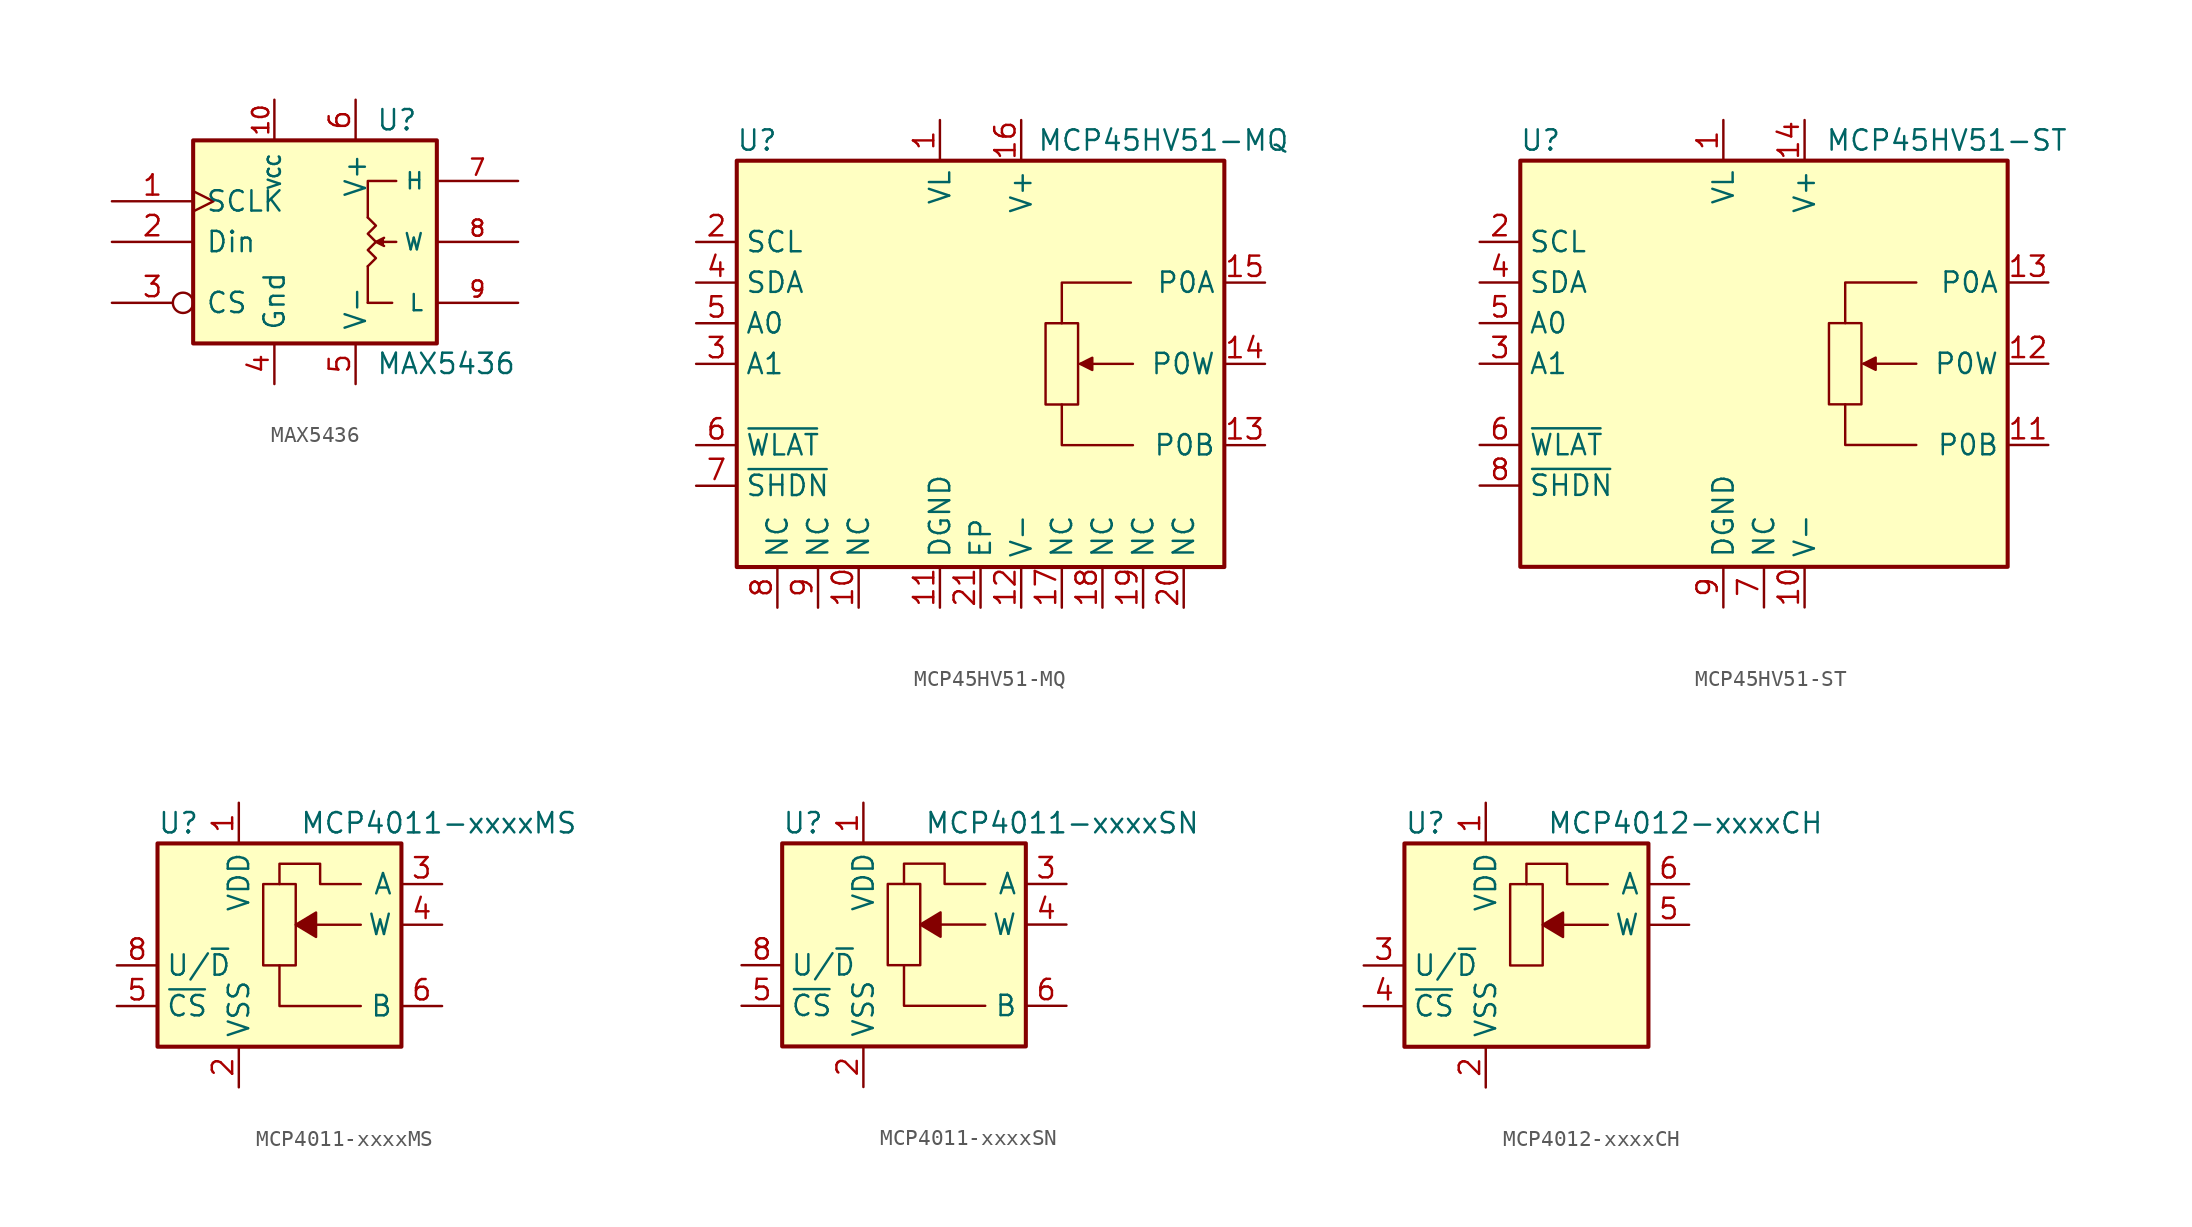
<source format=kicad_sym>
(kicad_symbol_lib
  (version 20220914)
  (generator kicad_symbol_editor)
  (symbol "MAX5436"
    (pin_names
      (offset 0.762))
    (property "Reference" "U"
      (at 3.81 7.62 0)
      (effects (font (size 1.27 1.27)) (justify left)))
    (property "Value" "MAX5436"
      (at 3.81 -7.62 0)
      (effects (font (size 1.27 1.27)) (justify left)))
    (symbol "MAX5436_0_1"
      (rectangle (start -7.62 6.35) (end 7.62 -6.35) (stroke (width 0.254) (type default)) (fill (type background)))
      (polyline (pts (xy 3.302 -1.524) (xy 3.302 -3.81)) (stroke (width 0) (type default)) (fill (type none)))
      (polyline (pts (xy 4.826 -3.81) (xy 3.302 -3.81)) (stroke (width 0) (type default)) (fill (type none)))
      (polyline (pts (xy 5.08 0) (xy 4.318 0)) (stroke (width 0) (type default)) (fill (type none)))
      (polyline (pts (xy 3.302 1.524) (xy 3.302 3.81) (xy 5.08 3.81)) (stroke (width 0) (type default)) (fill (type none)))
      (polyline (pts (xy 4.318 -0.254) (xy 3.81 0) (xy 4.318 0.254)) (stroke (width 0) (type default)) (fill (type outline)))
      (polyline (pts (xy 3.81 0) (xy 3.302 0.508) (xy 3.81 1.016) (xy 3.302 1.524)) (stroke (width 0) (type default)) (fill (type none)))
      (polyline (pts (xy 3.81 0) (xy 3.302 -0.508) (xy 3.81 -1.016) (xy 3.302 -1.524) (xy 3.302 -1.524)) (stroke (width 0) (type default)) (fill (type none))))
    (symbol "MAX5436_1_1"
      (pin input clock (at -12.7 2.54 0) (length 5.08) (name "SCLK" (effects (font (size 1.27 1.27)))) (number "1" (effects (font (size 1.27 1.27)))))
      (pin power_in line (at -2.54 8.89 270) (length 2.54) (name "VCC" (effects (font (size 0.762 0.762)))) (number "10" (effects (font (size 1.016 1.016)))))
      (pin input line (at -12.7 0 0) (length 5.08) (name "Din" (effects (font (size 1.27 1.27)))) (number "2" (effects (font (size 1.27 1.27)))))
      (pin input inverted (at -12.7 -3.81 0) (length 5.08) (name "CS" (effects (font (size 1.27 1.27)))) (number "3" (effects (font (size 1.27 1.27)))))
      (pin power_in line (at -2.54 -8.89 90) (length 2.54) (name "Gnd" (effects (font (size 1.27 1.27)))) (number "4" (effects (font (size 1.27 1.27)))))
      (pin power_in line (at 2.54 -8.89 90) (length 2.54) (name "V-" (effects (font (size 1.27 1.27)))) (number "5" (effects (font (size 1.27 1.27)))))
      (pin power_in line (at 2.54 8.89 270) (length 2.54) (name "V+" (effects (font (size 1.27 1.27)))) (number "6" (effects (font (size 1.27 1.27)))))
      (pin passive line (at 12.7 3.81 180) (length 5.08) (name "H" (effects (font (size 1.016 1.016)))) (number "7" (effects (font (size 1.016 1.016)))))
      (pin passive line (at 12.7 0 180) (length 5.08) (name "W" (effects (font (size 1.016 1.016)))) (number "8" (effects (font (size 1.016 1.016)))))
      (pin passive line (at 12.7 -3.81 180) (length 5.08) (name "L" (effects (font (size 1.016 1.016)))) (number "9" (effects (font (size 1.016 1.016)))))))
  (symbol "MCP45HV51-MQ"
    (property "Reference" "U"
      (at -13.97 13.97 0)
      (effects (font (size 1.27 1.27))))
    (property "Value" "MCP45HV51-MQ"
      (at 11.43 13.97 0)
      (effects (font (size 1.27 1.27))))
    (symbol "MCP45HV51-MQ_0_1"
      (polyline (pts (xy 9.525 0) (xy 6.223 0)) (stroke (width 0) (type default)) (fill (type none)))
      (polyline (pts (xy 5.08 -2.54) (xy 5.08 -5.08) (xy 9.525 -5.08)) (stroke (width 0) (type default)) (fill (type none)))
      (polyline (pts (xy 5.08 2.54) (xy 5.08 5.08) (xy 9.398 5.08)) (stroke (width 0) (type default)) (fill (type none)))
      (polyline (pts (xy 6.223 0) (xy 6.985 0.381) (xy 6.985 -0.381) (xy 6.223 0)) (stroke (width 0) (type default)) (fill (type outline)))
      (rectangle (start 6.096 2.54) (end 4.064 -2.54) (stroke (width 0) (type default)) (fill (type none))))
    (symbol "MCP45HV51-MQ_1_1"
      (rectangle (start -15.24 12.7) (end 15.24 -12.7) (stroke (width 0.254) (type default)) (fill (type background)))
      (pin power_in line (at -2.54 15.24 270) (length 2.54) (name "VL" (effects (font (size 1.27 1.27)))) (number "1" (effects (font (size 1.27 1.27)))))
      (pin passive line (at -7.62 -15.24 90) (length 2.54) (name "NC" (effects (font (size 1.27 1.27)))) (number "10" (effects (font (size 1.27 1.27)))))
      (pin power_in line (at -2.54 -15.24 90) (length 2.54) (name "DGND" (effects (font (size 1.27 1.27)))) (number "11" (effects (font (size 1.27 1.27)))))
      (pin power_in line (at 2.54 -15.24 90) (length 2.54) (name "V-" (effects (font (size 1.27 1.27)))) (number "12" (effects (font (size 1.27 1.27)))))
      (pin passive line (at 17.78 -5.08 180) (length 2.54) (name "P0B" (effects (font (size 1.27 1.27)))) (number "13" (effects (font (size 1.27 1.27)))))
      (pin passive line (at 17.78 0 180) (length 2.54) (name "P0W" (effects (font (size 1.27 1.27)))) (number "14" (effects (font (size 1.27 1.27)))))
      (pin passive line (at 17.78 5.08 180) (length 2.54) (name "P0A" (effects (font (size 1.27 1.27)))) (number "15" (effects (font (size 1.27 1.27)))))
      (pin power_in line (at 2.54 15.24 270) (length 2.54) (name "V+" (effects (font (size 1.27 1.27)))) (number "16" (effects (font (size 1.27 1.27)))))
      (pin passive line (at 5.08 -15.24 90) (length 2.54) (name "NC" (effects (font (size 1.27 1.27)))) (number "17" (effects (font (size 1.27 1.27)))))
      (pin passive line (at 7.62 -15.24 90) (length 2.54) (name "NC" (effects (font (size 1.27 1.27)))) (number "18" (effects (font (size 1.27 1.27)))))
      (pin passive line (at 10.16 -15.24 90) (length 2.54) (name "NC" (effects (font (size 1.27 1.27)))) (number "19" (effects (font (size 1.27 1.27)))))
      (pin input line (at -17.78 7.62 0) (length 2.54) (name "SCL" (effects (font (size 1.27 1.27)))) (number "2" (effects (font (size 1.27 1.27)))))
      (pin passive line (at 12.7 -15.24 90) (length 2.54) (name "NC" (effects (font (size 1.27 1.27)))) (number "20" (effects (font (size 1.27 1.27)))))
      (pin power_in line (at 0 -15.24 90) (length 2.54) (name "EP" (effects (font (size 1.27 1.27)))) (number "21" (effects (font (size 1.27 1.27)))))
      (pin input line (at -17.78 0 0) (length 2.54) (name "A1" (effects (font (size 1.27 1.27)))) (number "3" (effects (font (size 1.27 1.27)))))
      (pin bidirectional line (at -17.78 5.08 0) (length 2.54) (name "SDA" (effects (font (size 1.27 1.27)))) (number "4" (effects (font (size 1.27 1.27)))))
      (pin input line (at -17.78 2.54 0) (length 2.54) (name "A0" (effects (font (size 1.27 1.27)))) (number "5" (effects (font (size 1.27 1.27)))))
      (pin input line (at -17.78 -5.08 0) (length 2.54) (name "~{WLAT}" (effects (font (size 1.27 1.27)))) (number "6" (effects (font (size 1.27 1.27)))))
      (pin input line (at -17.78 -7.62 0) (length 2.54) (name "~{SHDN}" (effects (font (size 1.27 1.27)))) (number "7" (effects (font (size 1.27 1.27)))))
      (pin passive line (at -12.7 -15.24 90) (length 2.54) (name "NC" (effects (font (size 1.27 1.27)))) (number "8" (effects (font (size 1.27 1.27)))))
      (pin passive line (at -10.16 -15.24 90) (length 2.54) (name "NC" (effects (font (size 1.27 1.27)))) (number "9" (effects (font (size 1.27 1.27)))))))
  (symbol "MCP45HV51-ST"
    (property "Reference" "U"
      (at -13.97 13.97 0)
      (effects (font (size 1.27 1.27))))
    (property "Value" "MCP45HV51-ST"
      (at 11.43 13.97 0)
      (effects (font (size 1.27 1.27))))
    (symbol "MCP45HV51-ST_0_1"
      (polyline (pts (xy 9.525 0) (xy 6.223 0)) (stroke (width 0) (type default)) (fill (type none)))
      (polyline (pts (xy 5.08 -2.54) (xy 5.08 -5.08) (xy 9.525 -5.08)) (stroke (width 0) (type default)) (fill (type none)))
      (polyline (pts (xy 5.08 2.54) (xy 5.08 5.08) (xy 9.525 5.08)) (stroke (width 0) (type default)) (fill (type none)))
      (polyline (pts (xy 6.223 0) (xy 6.985 0.381) (xy 6.985 -0.381) (xy 6.223 0)) (stroke (width 0) (type default)) (fill (type outline)))
      (polyline (pts (xy 6.096 2.54) (xy 4.064 2.54) (xy 4.064 -2.54) (xy 6.096 -2.54) (xy 6.096 2.54)) (stroke (width 0) (type default)) (fill (type none))))
    (symbol "MCP45HV51-ST_1_1"
      (rectangle (start -15.24 12.7) (end 15.24 -12.7) (stroke (width 0.254) (type default)) (fill (type background)))
      (pin power_in line (at -2.54 15.24 270) (length 2.54) (name "VL" (effects (font (size 1.27 1.27)))) (number "1" (effects (font (size 1.27 1.27)))))
      (pin power_in line (at 2.54 -15.24 90) (length 2.54) (name "V-" (effects (font (size 1.27 1.27)))) (number "10" (effects (font (size 1.27 1.27)))))
      (pin passive line (at 17.78 -5.08 180) (length 2.54) (name "P0B" (effects (font (size 1.27 1.27)))) (number "11" (effects (font (size 1.27 1.27)))))
      (pin passive line (at 17.78 0 180) (length 2.54) (name "P0W" (effects (font (size 1.27 1.27)))) (number "12" (effects (font (size 1.27 1.27)))))
      (pin passive line (at 17.78 5.08 180) (length 2.54) (name "P0A" (effects (font (size 1.27 1.27)))) (number "13" (effects (font (size 1.27 1.27)))))
      (pin power_in line (at 2.54 15.24 270) (length 2.54) (name "V+" (effects (font (size 1.27 1.27)))) (number "14" (effects (font (size 1.27 1.27)))))
      (pin input line (at -17.78 7.62 0) (length 2.54) (name "SCL" (effects (font (size 1.27 1.27)))) (number "2" (effects (font (size 1.27 1.27)))))
      (pin input line (at -17.78 0 0) (length 2.54) (name "A1" (effects (font (size 1.27 1.27)))) (number "3" (effects (font (size 1.27 1.27)))))
      (pin bidirectional line (at -17.78 5.08 0) (length 2.54) (name "SDA" (effects (font (size 1.27 1.27)))) (number "4" (effects (font (size 1.27 1.27)))))
      (pin input line (at -17.78 2.54 0) (length 2.54) (name "A0" (effects (font (size 1.27 1.27)))) (number "5" (effects (font (size 1.27 1.27)))))
      (pin input line (at -17.78 -5.08 0) (length 2.54) (name "~{WLAT}" (effects (font (size 1.27 1.27)))) (number "6" (effects (font (size 1.27 1.27)))))
      (pin passive line (at 0 -15.24 90) (length 2.54) (name "NC" (effects (font (size 1.27 1.27)))) (number "7" (effects (font (size 1.27 1.27)))))
      (pin input line (at -17.78 -7.62 0) (length 2.54) (name "~{SHDN}" (effects (font (size 1.27 1.27)))) (number "8" (effects (font (size 1.27 1.27)))))
      (pin power_in line (at -2.54 -15.24 90) (length 2.54) (name "DGND" (effects (font (size 1.27 1.27)))) (number "9" (effects (font (size 1.27 1.27)))))))
  (symbol "MCP4011-xxxxMS"
    (property "Reference" "U"
      (at -7.62 8.89 0)
      (effects (font (size 1.27 1.27)) (justify left)))
    (property "Value" "MCP4011-xxxxMS"
      (at 1.27 8.89 0)
      (effects (font (size 1.27 1.27)) (justify left)))
    (symbol "MCP4011-xxxxMS_0_1"
      (polyline (pts (xy 0 0) (xy 0 -2.54) (xy 5.08 -2.54)) (stroke (width 0) (type default)) (fill (type none)))
      (polyline (pts (xy 5.08 2.54) (xy 3.81 2.54) (xy 1.27 2.54)) (stroke (width 0) (type default)) (fill (type none)))
      (polyline (pts (xy 5.08 5.08) (xy 2.54 5.08) (xy 2.54 6.35) (xy 0 6.35) (xy 0 5.08)) (stroke (width 0) (type default)) (fill (type none))))
    (symbol "MCP4011-xxxxMS_1_1"
      (rectangle (start -7.62 7.62) (end 7.62 -5.08) (stroke (width 0.254) (type default)) (fill (type background)))
      (polyline (pts (xy 2.286 1.778) (xy 2.286 3.302) (xy 1.016 2.54) (xy 2.286 1.778)) (stroke (width 0) (type default)) (fill (type outline)))
      (rectangle (start 1.016 0) (end -1.016 5.08) (stroke (width 0) (type default)) (fill (type none)))
      (pin power_in line (at -2.54 10.16 270) (length 2.54) (name "VDD" (effects (font (size 1.27 1.27)))) (number "1" (effects (font (size 1.27 1.27)))))
      (pin power_in line (at -2.54 -7.62 90) (length 2.54) (name "VSS" (effects (font (size 1.27 1.27)))) (number "2" (effects (font (size 1.27 1.27)))))
      (pin passive line (at 10.16 5.08 180) (length 2.54) (name "A" (effects (font (size 1.27 1.27)))) (number "3" (effects (font (size 1.27 1.27)))))
      (pin passive line (at 10.16 2.54 180) (length 2.54) (name "W" (effects (font (size 1.27 1.27)))) (number "4" (effects (font (size 1.27 1.27)))))
      (pin input line (at -10.16 -2.54 0) (length 2.54) (name "~{CS}" (effects (font (size 1.27 1.27)))) (number "5" (effects (font (size 1.27 1.27)))))
      (pin passive line (at 10.16 -2.54 180) (length 2.54) (name "B" (effects (font (size 1.27 1.27)))) (number "6" (effects (font (size 1.27 1.27)))))
      (pin no_connect line (at -7.62 5.08 0) (length 2.54) hide (name "NC" (effects (font (size 1.27 1.27)))) (number "7" (effects (font (size 1.27 1.27)))))
      (pin input line (at -10.16 0 0) (length 2.54) (name "U/~{D}" (effects (font (size 1.27 1.27)))) (number "8" (effects (font (size 1.27 1.27)))))))
  (symbol "MCP4011-xxxxSN"
    (property "Reference" "U"
      (at -7.62 8.89 0)
      (effects (font (size 1.27 1.27)) (justify left)))
    (property "Value" "MCP4011-xxxxSN"
      (at 1.27 8.89 0)
      (effects (font (size 1.27 1.27)) (justify left)))
    (symbol "MCP4011-xxxxSN_0_1"
      (polyline (pts (xy 0 0) (xy 0 -2.54) (xy 5.08 -2.54)) (stroke (width 0) (type default)) (fill (type none)))
      (polyline (pts (xy 5.08 2.54) (xy 3.81 2.54) (xy 1.27 2.54)) (stroke (width 0) (type default)) (fill (type none)))
      (polyline (pts (xy 5.08 5.08) (xy 2.54 5.08) (xy 2.54 6.35) (xy 0 6.35) (xy 0 5.08)) (stroke (width 0) (type default)) (fill (type none))))
    (symbol "MCP4011-xxxxSN_1_1"
      (rectangle (start -7.62 7.62) (end 7.62 -5.08) (stroke (width 0.254) (type default)) (fill (type background)))
      (polyline (pts (xy 2.286 1.778) (xy 2.286 3.302) (xy 1.016 2.54) (xy 2.286 1.778)) (stroke (width 0) (type default)) (fill (type outline)))
      (rectangle (start 1.016 0) (end -1.016 5.08) (stroke (width 0) (type default)) (fill (type none)))
      (pin power_in line (at -2.54 10.16 270) (length 2.54) (name "VDD" (effects (font (size 1.27 1.27)))) (number "1" (effects (font (size 1.27 1.27)))))
      (pin power_in line (at -2.54 -7.62 90) (length 2.54) (name "VSS" (effects (font (size 1.27 1.27)))) (number "2" (effects (font (size 1.27 1.27)))))
      (pin passive line (at 10.16 5.08 180) (length 2.54) (name "A" (effects (font (size 1.27 1.27)))) (number "3" (effects (font (size 1.27 1.27)))))
      (pin passive line (at 10.16 2.54 180) (length 2.54) (name "W" (effects (font (size 1.27 1.27)))) (number "4" (effects (font (size 1.27 1.27)))))
      (pin input line (at -10.16 -2.54 0) (length 2.54) (name "~{CS}" (effects (font (size 1.27 1.27)))) (number "5" (effects (font (size 1.27 1.27)))))
      (pin passive line (at 10.16 -2.54 180) (length 2.54) (name "B" (effects (font (size 1.27 1.27)))) (number "6" (effects (font (size 1.27 1.27)))))
      (pin no_connect line (at -7.62 5.08 0) (length 2.54) hide (name "NC" (effects (font (size 1.27 1.27)))) (number "7" (effects (font (size 1.27 1.27)))))
      (pin input line (at -10.16 0 0) (length 2.54) (name "U/~{D}" (effects (font (size 1.27 1.27)))) (number "8" (effects (font (size 1.27 1.27)))))))
  (symbol "MCP4012-xxxxCH"
    (property "Reference" "U"
      (at -7.62 8.89 0)
      (effects (font (size 1.27 1.27)) (justify left)))
    (property "Value" "MCP4012-xxxxCH"
      (at 1.27 8.89 0)
      (effects (font (size 1.27 1.27)) (justify left)))
    (symbol "MCP4012-xxxxCH_0_1"
      (polyline (pts (xy 5.08 2.54) (xy 3.81 2.54) (xy 1.27 2.54)) (stroke (width 0) (type default)) (fill (type none)))
      (polyline (pts (xy 2.286 1.778) (xy 2.286 3.302) (xy 1.016 2.54) (xy 2.286 1.778)) (stroke (width 0) (type default)) (fill (type outline)))
      (polyline (pts (xy 5.08 5.08) (xy 2.54 5.08) (xy 2.54 6.35) (xy 0 6.35) (xy 0 5.08)) (stroke (width 0) (type default)) (fill (type none)))
      (rectangle (start 1.016 0) (end -1.016 5.08) (stroke (width 0) (type default)) (fill (type none))))
    (symbol "MCP4012-xxxxCH_1_1"
      (rectangle (start -7.62 7.62) (end 7.62 -5.08) (stroke (width 0.254) (type default)) (fill (type background)))
      (pin power_in line (at -2.54 10.16 270) (length 2.54) (name "VDD" (effects (font (size 1.27 1.27)))) (number "1" (effects (font (size 1.27 1.27)))))
      (pin power_in line (at -2.54 -7.62 90) (length 2.54) (name "VSS" (effects (font (size 1.27 1.27)))) (number "2" (effects (font (size 1.27 1.27)))))
      (pin input line (at -10.16 0 0) (length 2.54) (name "U/~{D}" (effects (font (size 1.27 1.27)))) (number "3" (effects (font (size 1.27 1.27)))))
      (pin input line (at -10.16 -2.54 0) (length 2.54) (name "~{CS}" (effects (font (size 1.27 1.27)))) (number "4" (effects (font (size 1.27 1.27)))))
      (pin passive line (at 10.16 2.54 180) (length 2.54) (name "W" (effects (font (size 1.27 1.27)))) (number "5" (effects (font (size 1.27 1.27)))))
      (pin passive line (at 10.16 5.08 180) (length 2.54) (name "A" (effects (font (size 1.27 1.27)))) (number "6" (effects (font (size 1.27 1.27))))))))
</source>
